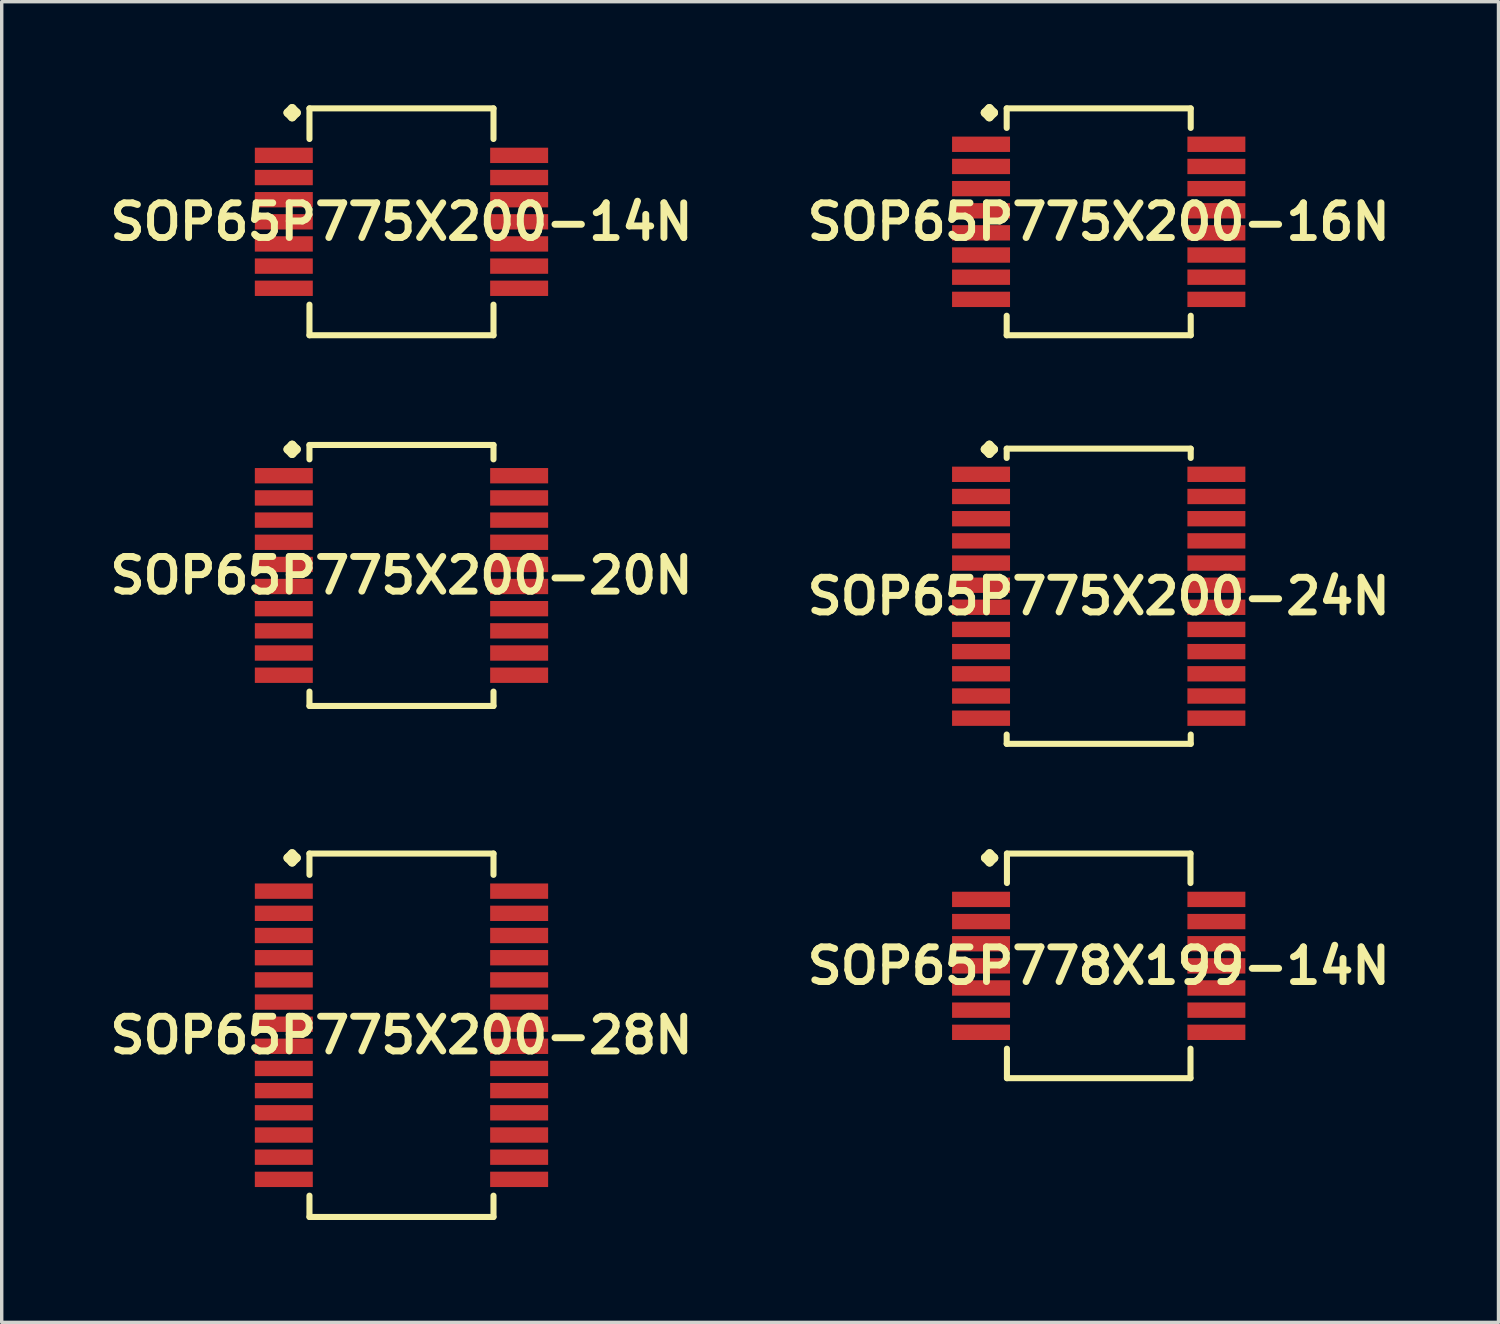
<source format=kicad_pcb>
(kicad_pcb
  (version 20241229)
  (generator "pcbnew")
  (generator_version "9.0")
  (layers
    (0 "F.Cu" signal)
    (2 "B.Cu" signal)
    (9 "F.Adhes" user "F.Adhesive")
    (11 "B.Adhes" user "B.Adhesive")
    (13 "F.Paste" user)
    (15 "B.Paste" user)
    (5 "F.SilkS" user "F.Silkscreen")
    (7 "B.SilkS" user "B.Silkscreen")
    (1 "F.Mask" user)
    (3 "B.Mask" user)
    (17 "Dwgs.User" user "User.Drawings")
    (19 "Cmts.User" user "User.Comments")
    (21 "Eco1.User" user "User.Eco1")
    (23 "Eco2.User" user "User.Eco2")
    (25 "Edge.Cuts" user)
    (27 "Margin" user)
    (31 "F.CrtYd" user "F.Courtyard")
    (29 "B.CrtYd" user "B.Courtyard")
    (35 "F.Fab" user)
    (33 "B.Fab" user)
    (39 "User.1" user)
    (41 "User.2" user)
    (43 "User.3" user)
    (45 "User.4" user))
  (footprint "SOP65P775X200-24N"
    (layer "F.Cu")
    (at 29.155 14.427)
    (property "Reference" "SOP65P775X200-24N" (at 0 0 0) (layer "F.SilkS") (effects (font (size 1.016 1.016) (thickness 0.203))))
    (attr smd)
    (fp_line (start -3.332 -4.308) (end -3.205 -4.435) (stroke (width 0.254) (type solid)) (layer "F.SilkS"))
    (fp_line (start -3.205 -4.435) (end -3.078 -4.308) (stroke (width 0.254) (type solid)) (layer "F.SilkS"))
    (fp_line (start -3.205 -4.181) (end -3.332 -4.308) (stroke (width 0.254) (type solid)) (layer "F.SilkS"))
    (fp_line (start -3.078 -4.308) (end -3.205 -4.181) (stroke (width 0.254) (type solid)) (layer "F.SilkS"))
    (fp_line (start -2.697 -4.326) (end 2.697 -4.326) (stroke (width 0.178) (type solid)) (layer "F.SilkS"))
    (fp_line (start -2.697 -4.054) (end -2.697 -4.326) (stroke (width 0.178) (type solid)) (layer "F.SilkS"))
    (fp_line (start -2.697 4.054) (end -2.697 4.326) (stroke (width 0.178) (type solid)) (layer "F.SilkS"))
    (fp_line (start -2.697 4.326) (end 2.697 4.326) (stroke (width 0.178) (type solid)) (layer "F.SilkS"))
    (fp_line (start 2.697 -4.326) (end 2.697 -4.054) (stroke (width 0.178) (type solid)) (layer "F.SilkS"))
    (fp_line (start 2.697 4.326) (end 2.697 4.054) (stroke (width 0.178) (type solid)) (layer "F.SilkS"))
    (pad "1" smd rect (at -3.449 -3.574) (size 1.699 0.45) (layers "F.Cu" "F.Mask" "F.Paste"))
    (pad "2" smd rect (at -3.449 -2.924) (size 1.699 0.45) (layers "F.Cu" "F.Mask" "F.Paste"))
    (pad "3" smd rect (at -3.449 -2.273) (size 1.699 0.45) (layers "F.Cu" "F.Mask" "F.Paste"))
    (pad "4" smd rect (at -3.449 -1.623) (size 1.699 0.45) (layers "F.Cu" "F.Mask" "F.Paste"))
    (pad "5" smd rect (at -3.449 -0.973) (size 1.699 0.45) (layers "F.Cu" "F.Mask" "F.Paste"))
    (pad "6" smd rect (at -3.449 -0.323) (size 1.699 0.45) (layers "F.Cu" "F.Mask" "F.Paste"))
    (pad "7" smd rect (at -3.449 0.323) (size 1.699 0.45) (layers "F.Cu" "F.Mask" "F.Paste"))
    (pad "8" smd rect (at -3.449 0.973) (size 1.699 0.45) (layers "F.Cu" "F.Mask" "F.Paste"))
    (pad "9" smd rect (at -3.449 1.623) (size 1.699 0.45) (layers "F.Cu" "F.Mask" "F.Paste"))
    (pad "10" smd rect (at -3.449 2.273) (size 1.699 0.45) (layers "F.Cu" "F.Mask" "F.Paste"))
    (pad "11" smd rect (at -3.449 2.924) (size 1.699 0.45) (layers "F.Cu" "F.Mask" "F.Paste"))
    (pad "12" smd rect (at -3.449 3.574) (size 1.699 0.45) (layers "F.Cu" "F.Mask" "F.Paste"))
    (pad "13" smd rect (at 3.449 3.574) (size 1.699 0.45) (layers "F.Cu" "F.Mask" "F.Paste"))
    (pad "14" smd rect (at 3.449 2.924) (size 1.699 0.45) (layers "F.Cu" "F.Mask" "F.Paste"))
    (pad "15" smd rect (at 3.449 2.273) (size 1.699 0.45) (layers "F.Cu" "F.Mask" "F.Paste"))
    (pad "16" smd rect (at 3.449 1.623) (size 1.699 0.45) (layers "F.Cu" "F.Mask" "F.Paste"))
    (pad "17" smd rect (at 3.449 0.973) (size 1.699 0.45) (layers "F.Cu" "F.Mask" "F.Paste"))
    (pad "18" smd rect (at 3.449 0.323) (size 1.699 0.45) (layers "F.Cu" "F.Mask" "F.Paste"))
    (pad "19" smd rect (at 3.449 -0.323) (size 1.699 0.45) (layers "F.Cu" "F.Mask" "F.Paste"))
    (pad "20" smd rect (at 3.449 -0.973) (size 1.699 0.45) (layers "F.Cu" "F.Mask" "F.Paste"))
    (pad "21" smd rect (at 3.449 -1.623) (size 1.699 0.45) (layers "F.Cu" "F.Mask" "F.Paste"))
    (pad "22" smd rect (at 3.449 -2.273) (size 1.699 0.45) (layers "F.Cu" "F.Mask" "F.Paste"))
    (pad "23" smd rect (at 3.449 -2.924) (size 1.699 0.45) (layers "F.Cu" "F.Mask" "F.Paste"))
    (pad "24" smd rect (at 3.449 -3.574) (size 1.699 0.45) (layers "F.Cu" "F.Mask" "F.Paste")))
  (footprint "SOP65P775X200-16N"
    (layer "F.Cu")
    (at 29.155 3.452)
    (property "Reference" "SOP65P775X200-16N" (at 0 0 0) (layer "F.SilkS") (effects (font (size 1.016 1.016) (thickness 0.203))))
    (attr smd)
    (fp_line (start -3.332 -3.198) (end -3.205 -3.325) (stroke (width 0.254) (type solid)) (layer "F.SilkS"))
    (fp_line (start -3.205 -3.325) (end -3.078 -3.198) (stroke (width 0.254) (type solid)) (layer "F.SilkS"))
    (fp_line (start -3.205 -3.071) (end -3.332 -3.198) (stroke (width 0.254) (type solid)) (layer "F.SilkS"))
    (fp_line (start -3.078 -3.198) (end -3.205 -3.071) (stroke (width 0.254) (type solid)) (layer "F.SilkS"))
    (fp_line (start -2.697 -3.325) (end 2.697 -3.325) (stroke (width 0.178) (type solid)) (layer "F.SilkS"))
    (fp_line (start -2.697 -2.753) (end -2.697 -3.325) (stroke (width 0.178) (type solid)) (layer "F.SilkS"))
    (fp_line (start -2.697 2.753) (end -2.697 3.325) (stroke (width 0.178) (type solid)) (layer "F.SilkS"))
    (fp_line (start -2.697 3.325) (end 2.697 3.325) (stroke (width 0.178) (type solid)) (layer "F.SilkS"))
    (fp_line (start 2.697 -3.325) (end 2.697 -2.753) (stroke (width 0.178) (type solid)) (layer "F.SilkS"))
    (fp_line (start 2.697 3.325) (end 2.697 2.753) (stroke (width 0.178) (type solid)) (layer "F.SilkS"))
    (pad "1" smd rect (at -3.449 -2.273) (size 1.699 0.45) (layers "F.Cu" "F.Mask" "F.Paste"))
    (pad "2" smd rect (at -3.449 -1.623) (size 1.699 0.45) (layers "F.Cu" "F.Mask" "F.Paste"))
    (pad "3" smd rect (at -3.449 -0.973) (size 1.699 0.45) (layers "F.Cu" "F.Mask" "F.Paste"))
    (pad "4" smd rect (at -3.449 -0.323) (size 1.699 0.45) (layers "F.Cu" "F.Mask" "F.Paste"))
    (pad "5" smd rect (at -3.449 0.323) (size 1.699 0.45) (layers "F.Cu" "F.Mask" "F.Paste"))
    (pad "6" smd rect (at -3.449 0.973) (size 1.699 0.45) (layers "F.Cu" "F.Mask" "F.Paste"))
    (pad "7" smd rect (at -3.449 1.623) (size 1.699 0.45) (layers "F.Cu" "F.Mask" "F.Paste"))
    (pad "8" smd rect (at -3.449 2.273) (size 1.699 0.45) (layers "F.Cu" "F.Mask" "F.Paste"))
    (pad "9" smd rect (at 3.449 2.273) (size 1.699 0.45) (layers "F.Cu" "F.Mask" "F.Paste"))
    (pad "10" smd rect (at 3.449 1.623) (size 1.699 0.45) (layers "F.Cu" "F.Mask" "F.Paste"))
    (pad "11" smd rect (at 3.449 0.973) (size 1.699 0.45) (layers "F.Cu" "F.Mask" "F.Paste"))
    (pad "12" smd rect (at 3.449 0.323) (size 1.699 0.45) (layers "F.Cu" "F.Mask" "F.Paste"))
    (pad "13" smd rect (at 3.449 -0.323) (size 1.699 0.45) (layers "F.Cu" "F.Mask" "F.Paste"))
    (pad "14" smd rect (at 3.449 -0.973) (size 1.699 0.45) (layers "F.Cu" "F.Mask" "F.Paste"))
    (pad "15" smd rect (at 3.449 -1.623) (size 1.699 0.45) (layers "F.Cu" "F.Mask" "F.Paste"))
    (pad "16" smd rect (at 3.449 -2.273) (size 1.699 0.45) (layers "F.Cu" "F.Mask" "F.Paste")))
  (footprint "SOP65P775X200-28N"
    (layer "F.Cu")
    (at 8.718 27.295)
    (property "Reference" "SOP65P775X200-28N" (at 0 0 0) (layer "F.SilkS") (effects (font (size 1.016 1.016) (thickness 0.203))))
    (attr smd)
    (fp_line (start -3.332 -5.199) (end -3.205 -5.326) (stroke (width 0.254) (type solid)) (layer "F.SilkS"))
    (fp_line (start -3.205 -5.326) (end -3.078 -5.199) (stroke (width 0.254) (type solid)) (layer "F.SilkS"))
    (fp_line (start -3.205 -5.072) (end -3.332 -5.199) (stroke (width 0.254) (type solid)) (layer "F.SilkS"))
    (fp_line (start -3.078 -5.199) (end -3.205 -5.072) (stroke (width 0.254) (type solid)) (layer "F.SilkS"))
    (fp_line (start -2.697 -5.326) (end 2.697 -5.326) (stroke (width 0.178) (type solid)) (layer "F.SilkS"))
    (fp_line (start -2.697 -4.702) (end -2.697 -5.326) (stroke (width 0.178) (type solid)) (layer "F.SilkS"))
    (fp_line (start -2.697 4.702) (end -2.697 5.326) (stroke (width 0.178) (type solid)) (layer "F.SilkS"))
    (fp_line (start -2.697 5.326) (end 2.697 5.326) (stroke (width 0.178) (type solid)) (layer "F.SilkS"))
    (fp_line (start 2.697 -5.326) (end 2.697 -4.702) (stroke (width 0.178) (type solid)) (layer "F.SilkS"))
    (fp_line (start 2.697 5.326) (end 2.697 4.702) (stroke (width 0.178) (type solid)) (layer "F.SilkS"))
    (pad "1" smd rect (at -3.449 -4.224) (size 1.699 0.45) (layers "F.Cu" "F.Mask" "F.Paste"))
    (pad "2" smd rect (at -3.449 -3.574) (size 1.699 0.45) (layers "F.Cu" "F.Mask" "F.Paste"))
    (pad "3" smd rect (at -3.449 -2.924) (size 1.699 0.45) (layers "F.Cu" "F.Mask" "F.Paste"))
    (pad "4" smd rect (at -3.449 -2.273) (size 1.699 0.45) (layers "F.Cu" "F.Mask" "F.Paste"))
    (pad "5" smd rect (at -3.449 -1.623) (size 1.699 0.45) (layers "F.Cu" "F.Mask" "F.Paste"))
    (pad "6" smd rect (at -3.449 -0.973) (size 1.699 0.45) (layers "F.Cu" "F.Mask" "F.Paste"))
    (pad "7" smd rect (at -3.449 -0.323) (size 1.699 0.45) (layers "F.Cu" "F.Mask" "F.Paste"))
    (pad "8" smd rect (at -3.449 0.323) (size 1.699 0.45) (layers "F.Cu" "F.Mask" "F.Paste"))
    (pad "9" smd rect (at -3.449 0.973) (size 1.699 0.45) (layers "F.Cu" "F.Mask" "F.Paste"))
    (pad "10" smd rect (at -3.449 1.623) (size 1.699 0.45) (layers "F.Cu" "F.Mask" "F.Paste"))
    (pad "11" smd rect (at -3.449 2.273) (size 1.699 0.45) (layers "F.Cu" "F.Mask" "F.Paste"))
    (pad "12" smd rect (at -3.449 2.924) (size 1.699 0.45) (layers "F.Cu" "F.Mask" "F.Paste"))
    (pad "13" smd rect (at -3.449 3.574) (size 1.699 0.45) (layers "F.Cu" "F.Mask" "F.Paste"))
    (pad "14" smd rect (at -3.449 4.224) (size 1.699 0.45) (layers "F.Cu" "F.Mask" "F.Paste"))
    (pad "15" smd rect (at 3.449 4.224) (size 1.699 0.45) (layers "F.Cu" "F.Mask" "F.Paste"))
    (pad "16" smd rect (at 3.449 3.574) (size 1.699 0.45) (layers "F.Cu" "F.Mask" "F.Paste"))
    (pad "17" smd rect (at 3.449 2.924) (size 1.699 0.45) (layers "F.Cu" "F.Mask" "F.Paste"))
    (pad "18" smd rect (at 3.449 2.273) (size 1.699 0.45) (layers "F.Cu" "F.Mask" "F.Paste"))
    (pad "19" smd rect (at 3.449 1.623) (size 1.699 0.45) (layers "F.Cu" "F.Mask" "F.Paste"))
    (pad "20" smd rect (at 3.449 0.973) (size 1.699 0.45) (layers "F.Cu" "F.Mask" "F.Paste"))
    (pad "21" smd rect (at 3.449 0.323) (size 1.699 0.45) (layers "F.Cu" "F.Mask" "F.Paste"))
    (pad "22" smd rect (at 3.449 -0.323) (size 1.699 0.45) (layers "F.Cu" "F.Mask" "F.Paste"))
    (pad "23" smd rect (at 3.449 -0.973) (size 1.699 0.45) (layers "F.Cu" "F.Mask" "F.Paste"))
    (pad "24" smd rect (at 3.449 -1.623) (size 1.699 0.45) (layers "F.Cu" "F.Mask" "F.Paste"))
    (pad "25" smd rect (at 3.449 -2.273) (size 1.699 0.45) (layers "F.Cu" "F.Mask" "F.Paste"))
    (pad "26" smd rect (at 3.449 -2.924) (size 1.699 0.45) (layers "F.Cu" "F.Mask" "F.Paste"))
    (pad "27" smd rect (at 3.449 -3.574) (size 1.699 0.45) (layers "F.Cu" "F.Mask" "F.Paste"))
    (pad "28" smd rect (at 3.449 -4.224) (size 1.699 0.45) (layers "F.Cu" "F.Mask" "F.Paste")))
  (footprint "SOP65P778X199-14N"
    (layer "F.Cu")
    (at 29.155 25.261)
    (property "Reference" "SOP65P778X199-14N" (at 0 0 0) (layer "F.SilkS") (effects (font (size 1.016 1.016) (thickness 0.203))))
    (attr smd)
    (fp_line (start -3.325 -3.165) (end -3.198 -3.292) (stroke (width 0.254) (type solid)) (layer "F.SilkS"))
    (fp_line (start -3.198 -3.292) (end -3.071 -3.165) (stroke (width 0.254) (type solid)) (layer "F.SilkS"))
    (fp_line (start -3.198 -3.038) (end -3.325 -3.165) (stroke (width 0.254) (type solid)) (layer "F.SilkS"))
    (fp_line (start -3.071 -3.165) (end -3.198 -3.038) (stroke (width 0.254) (type solid)) (layer "F.SilkS"))
    (fp_line (start -2.69 -3.292) (end 2.69 -3.292) (stroke (width 0.178) (type solid)) (layer "F.SilkS"))
    (fp_line (start -2.69 -2.428) (end -2.69 -3.292) (stroke (width 0.178) (type solid)) (layer "F.SilkS"))
    (fp_line (start -2.69 2.428) (end -2.69 3.292) (stroke (width 0.178) (type solid)) (layer "F.SilkS"))
    (fp_line (start -2.69 3.292) (end 2.69 3.292) (stroke (width 0.178) (type solid)) (layer "F.SilkS"))
    (fp_line (start 2.69 -3.292) (end 2.69 -2.428) (stroke (width 0.178) (type solid)) (layer "F.SilkS"))
    (fp_line (start 2.69 3.292) (end 2.69 2.428) (stroke (width 0.178) (type solid)) (layer "F.SilkS"))
    (pad "1" smd rect (at -3.449 -1.948) (size 1.699 0.45) (layers "F.Cu" "F.Mask" "F.Paste"))
    (pad "2" smd rect (at -3.449 -1.298) (size 1.699 0.45) (layers "F.Cu" "F.Mask" "F.Paste"))
    (pad "3" smd rect (at -3.449 -0.648) (size 1.699 0.45) (layers "F.Cu" "F.Mask" "F.Paste"))
    (pad "4" smd rect (at -3.449 0) (size 1.699 0.45) (layers "F.Cu" "F.Mask" "F.Paste"))
    (pad "5" smd rect (at -3.449 0.648) (size 1.699 0.45) (layers "F.Cu" "F.Mask" "F.Paste"))
    (pad "6" smd rect (at -3.449 1.298) (size 1.699 0.45) (layers "F.Cu" "F.Mask" "F.Paste"))
    (pad "7" smd rect (at -3.449 1.948) (size 1.699 0.45) (layers "F.Cu" "F.Mask" "F.Paste"))
    (pad "8" smd rect (at 3.449 1.948) (size 1.699 0.45) (layers "F.Cu" "F.Mask" "F.Paste"))
    (pad "9" smd rect (at 3.449 1.298) (size 1.699 0.45) (layers "F.Cu" "F.Mask" "F.Paste"))
    (pad "10" smd rect (at 3.449 0.648) (size 1.699 0.45) (layers "F.Cu" "F.Mask" "F.Paste"))
    (pad "11" smd rect (at 3.449 0) (size 1.699 0.45) (layers "F.Cu" "F.Mask" "F.Paste"))
    (pad "12" smd rect (at 3.449 -0.648) (size 1.699 0.45) (layers "F.Cu" "F.Mask" "F.Paste"))
    (pad "13" smd rect (at 3.449 -1.298) (size 1.699 0.45) (layers "F.Cu" "F.Mask" "F.Paste"))
    (pad "14" smd rect (at 3.449 -1.948) (size 1.699 0.45) (layers "F.Cu" "F.Mask" "F.Paste")))
  (footprint "SOP65P775X200-14N"
    (layer "F.Cu")
    (at 8.718 3.452)
    (property "Reference" "SOP65P775X200-14N" (at 0 0 0) (layer "F.SilkS") (effects (font (size 1.016 1.016) (thickness 0.203))))
    (attr smd)
    (fp_line (start -3.332 -3.198) (end -3.205 -3.325) (stroke (width 0.254) (type solid)) (layer "F.SilkS"))
    (fp_line (start -3.205 -3.325) (end -3.078 -3.198) (stroke (width 0.254) (type solid)) (layer "F.SilkS"))
    (fp_line (start -3.205 -3.071) (end -3.332 -3.198) (stroke (width 0.254) (type solid)) (layer "F.SilkS"))
    (fp_line (start -3.078 -3.198) (end -3.205 -3.071) (stroke (width 0.254) (type solid)) (layer "F.SilkS"))
    (fp_line (start -2.697 -3.325) (end 2.697 -3.325) (stroke (width 0.178) (type solid)) (layer "F.SilkS"))
    (fp_line (start -2.697 -2.428) (end -2.697 -3.325) (stroke (width 0.178) (type solid)) (layer "F.SilkS"))
    (fp_line (start -2.697 2.428) (end -2.697 3.325) (stroke (width 0.178) (type solid)) (layer "F.SilkS"))
    (fp_line (start -2.697 3.325) (end 2.697 3.325) (stroke (width 0.178) (type solid)) (layer "F.SilkS"))
    (fp_line (start 2.697 -3.325) (end 2.697 -2.428) (stroke (width 0.178) (type solid)) (layer "F.SilkS"))
    (fp_line (start 2.697 3.325) (end 2.697 2.428) (stroke (width 0.178) (type solid)) (layer "F.SilkS"))
    (pad "1" smd rect (at -3.449 -1.948) (size 1.699 0.45) (layers "F.Cu" "F.Mask" "F.Paste"))
    (pad "2" smd rect (at -3.449 -1.298) (size 1.699 0.45) (layers "F.Cu" "F.Mask" "F.Paste"))
    (pad "3" smd rect (at -3.449 -0.648) (size 1.699 0.45) (layers "F.Cu" "F.Mask" "F.Paste"))
    (pad "4" smd rect (at -3.449 0) (size 1.699 0.45) (layers "F.Cu" "F.Mask" "F.Paste"))
    (pad "5" smd rect (at -3.449 0.648) (size 1.699 0.45) (layers "F.Cu" "F.Mask" "F.Paste"))
    (pad "6" smd rect (at -3.449 1.298) (size 1.699 0.45) (layers "F.Cu" "F.Mask" "F.Paste"))
    (pad "7" smd rect (at -3.449 1.948) (size 1.699 0.45) (layers "F.Cu" "F.Mask" "F.Paste"))
    (pad "8" smd rect (at 3.449 1.948) (size 1.699 0.45) (layers "F.Cu" "F.Mask" "F.Paste"))
    (pad "9" smd rect (at 3.449 1.298) (size 1.699 0.45) (layers "F.Cu" "F.Mask" "F.Paste"))
    (pad "10" smd rect (at 3.449 0.648) (size 1.699 0.45) (layers "F.Cu" "F.Mask" "F.Paste"))
    (pad "11" smd rect (at 3.449 0) (size 1.699 0.45) (layers "F.Cu" "F.Mask" "F.Paste"))
    (pad "12" smd rect (at 3.449 -0.648) (size 1.699 0.45) (layers "F.Cu" "F.Mask" "F.Paste"))
    (pad "13" smd rect (at 3.449 -1.298) (size 1.699 0.45) (layers "F.Cu" "F.Mask" "F.Paste"))
    (pad "14" smd rect (at 3.449 -1.948) (size 1.699 0.45) (layers "F.Cu" "F.Mask" "F.Paste")))
  (footprint "SOP65P775X200-20N"
    (layer "F.Cu")
    (at 8.718 13.818)
    (property "Reference" "SOP65P775X200-20N" (at 0 0 0) (layer "F.SilkS") (effects (font (size 1.016 1.016) (thickness 0.203))))
    (attr smd)
    (fp_line (start -3.332 -3.698) (end -3.205 -3.825) (stroke (width 0.254) (type solid)) (layer "F.SilkS"))
    (fp_line (start -3.205 -3.825) (end -3.078 -3.698) (stroke (width 0.254) (type solid)) (layer "F.SilkS"))
    (fp_line (start -3.205 -3.571) (end -3.332 -3.698) (stroke (width 0.254) (type solid)) (layer "F.SilkS"))
    (fp_line (start -3.078 -3.698) (end -3.205 -3.571) (stroke (width 0.254) (type solid)) (layer "F.SilkS"))
    (fp_line (start -2.697 -3.825) (end 2.697 -3.825) (stroke (width 0.178) (type solid)) (layer "F.SilkS"))
    (fp_line (start -2.697 -3.404) (end -2.697 -3.825) (stroke (width 0.178) (type solid)) (layer "F.SilkS"))
    (fp_line (start -2.697 3.404) (end -2.697 3.825) (stroke (width 0.178) (type solid)) (layer "F.SilkS"))
    (fp_line (start -2.697 3.825) (end 2.697 3.825) (stroke (width 0.178) (type solid)) (layer "F.SilkS"))
    (fp_line (start 2.697 -3.825) (end 2.697 -3.404) (stroke (width 0.178) (type solid)) (layer "F.SilkS"))
    (fp_line (start 2.697 3.825) (end 2.697 3.404) (stroke (width 0.178) (type solid)) (layer "F.SilkS"))
    (pad "1" smd rect (at -3.449 -2.924) (size 1.699 0.45) (layers "F.Cu" "F.Mask" "F.Paste"))
    (pad "2" smd rect (at -3.449 -2.273) (size 1.699 0.45) (layers "F.Cu" "F.Mask" "F.Paste"))
    (pad "3" smd rect (at -3.449 -1.623) (size 1.699 0.45) (layers "F.Cu" "F.Mask" "F.Paste"))
    (pad "4" smd rect (at -3.449 -0.973) (size 1.699 0.45) (layers "F.Cu" "F.Mask" "F.Paste"))
    (pad "5" smd rect (at -3.449 -0.323) (size 1.699 0.45) (layers "F.Cu" "F.Mask" "F.Paste"))
    (pad "6" smd rect (at -3.449 0.323) (size 1.699 0.45) (layers "F.Cu" "F.Mask" "F.Paste"))
    (pad "7" smd rect (at -3.449 0.973) (size 1.699 0.45) (layers "F.Cu" "F.Mask" "F.Paste"))
    (pad "8" smd rect (at -3.449 1.623) (size 1.699 0.45) (layers "F.Cu" "F.Mask" "F.Paste"))
    (pad "9" smd rect (at -3.449 2.273) (size 1.699 0.45) (layers "F.Cu" "F.Mask" "F.Paste"))
    (pad "10" smd rect (at -3.449 2.924) (size 1.699 0.45) (layers "F.Cu" "F.Mask" "F.Paste"))
    (pad "11" smd rect (at 3.449 2.924) (size 1.699 0.45) (layers "F.Cu" "F.Mask" "F.Paste"))
    (pad "12" smd rect (at 3.449 2.273) (size 1.699 0.45) (layers "F.Cu" "F.Mask" "F.Paste"))
    (pad "13" smd rect (at 3.449 1.623) (size 1.699 0.45) (layers "F.Cu" "F.Mask" "F.Paste"))
    (pad "14" smd rect (at 3.449 0.973) (size 1.699 0.45) (layers "F.Cu" "F.Mask" "F.Paste"))
    (pad "15" smd rect (at 3.449 0.323) (size 1.699 0.45) (layers "F.Cu" "F.Mask" "F.Paste"))
    (pad "16" smd rect (at 3.449 -0.323) (size 1.699 0.45) (layers "F.Cu" "F.Mask" "F.Paste"))
    (pad "17" smd rect (at 3.449 -0.973) (size 1.699 0.45) (layers "F.Cu" "F.Mask" "F.Paste"))
    (pad "18" smd rect (at 3.449 -1.623) (size 1.699 0.45) (layers "F.Cu" "F.Mask" "F.Paste"))
    (pad "19" smd rect (at 3.449 -2.273) (size 1.699 0.45) (layers "F.Cu" "F.Mask" "F.Paste"))
    (pad "20" smd rect (at 3.449 -2.924) (size 1.699 0.45) (layers "F.Cu" "F.Mask" "F.Paste")))
  (gr_rect
    (start -3 -3)
    (end 40.873 35.711)
    (stroke (width 0.1) (type default))
    (fill no)
    (layer "Edge.Cuts")))
</source>
